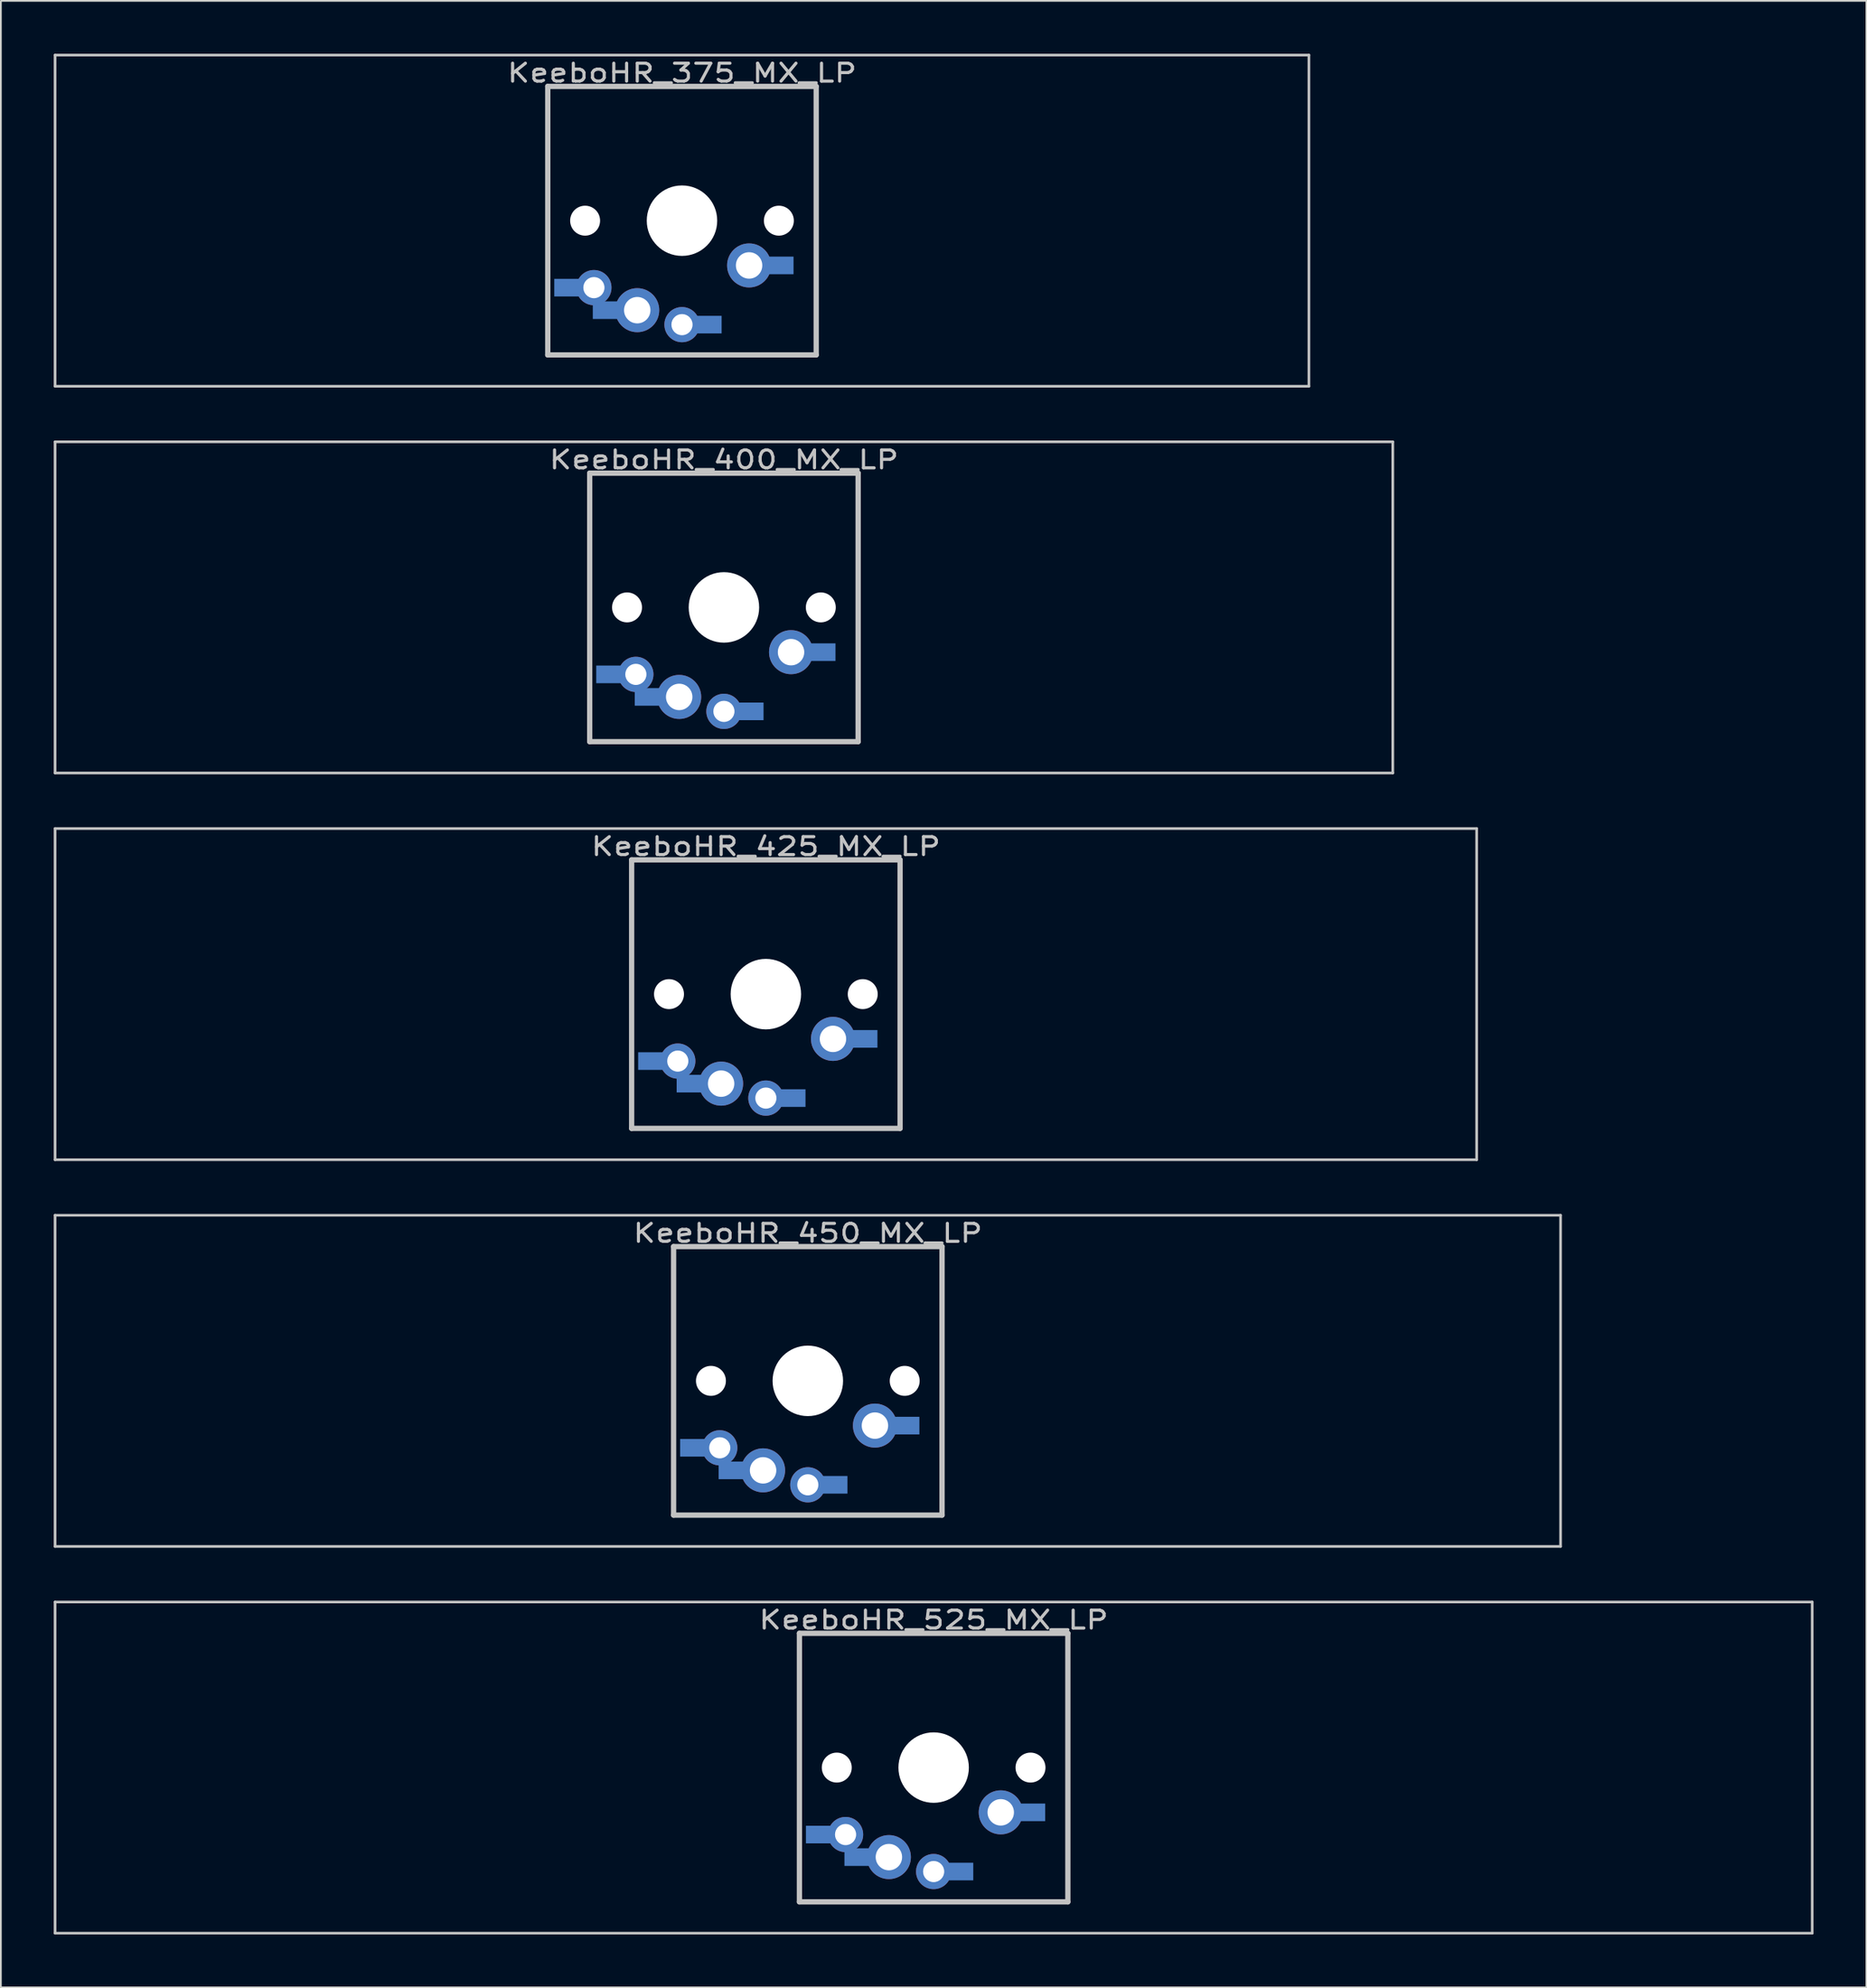
<source format=kicad_pcb>
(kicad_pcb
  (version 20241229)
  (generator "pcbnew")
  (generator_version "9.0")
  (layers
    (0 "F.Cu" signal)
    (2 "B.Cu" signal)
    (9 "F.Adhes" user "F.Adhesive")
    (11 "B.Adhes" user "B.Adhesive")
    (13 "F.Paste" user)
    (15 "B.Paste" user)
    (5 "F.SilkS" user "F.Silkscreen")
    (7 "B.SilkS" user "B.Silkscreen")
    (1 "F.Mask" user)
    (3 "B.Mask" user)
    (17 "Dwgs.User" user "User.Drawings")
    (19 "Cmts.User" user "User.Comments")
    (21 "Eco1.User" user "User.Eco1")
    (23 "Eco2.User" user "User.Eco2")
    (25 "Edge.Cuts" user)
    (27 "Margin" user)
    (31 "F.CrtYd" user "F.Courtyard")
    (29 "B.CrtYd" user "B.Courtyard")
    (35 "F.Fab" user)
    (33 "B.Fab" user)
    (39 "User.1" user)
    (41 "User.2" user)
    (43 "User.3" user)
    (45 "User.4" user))
  (footprint "KeeboHR_400_MX_LP"
    (layer "B.Cu")
    (at 38.049 31.423)
    (property "Reference" "KeeboHR_400_MX_LP" (at 0 -8.382 0) (layer "Dwgs.User") (effects (font (size 1.016 1.27) (thickness 0.178))))
    (attr through_hole)
    (fp_line (start -37.973 -9.398) (end 37.973 -9.398) (stroke (width 0.152) (type solid)) (layer "Dwgs.User"))
    (fp_line (start -37.973 9.398) (end -37.973 -9.398) (stroke (width 0.152) (type solid)) (layer "Dwgs.User"))
    (fp_line (start -7.62 -7.62) (end 7.62 -7.62) (stroke (width 0.3) (type solid)) (layer "Dwgs.User"))
    (fp_line (start -7.62 7.62) (end -7.62 -7.62) (stroke (width 0.3) (type solid)) (layer "Dwgs.User"))
    (fp_line (start 7.62 -7.62) (end 7.62 7.62) (stroke (width 0.3) (type solid)) (layer "Dwgs.User"))
    (fp_line (start 7.62 7.62) (end -7.62 7.62) (stroke (width 0.3) (type solid)) (layer "Dwgs.User"))
    (fp_line (start 37.973 -9.398) (end 37.973 9.398) (stroke (width 0.152) (type solid)) (layer "Dwgs.User"))
    (fp_line (start 37.973 9.398) (end -37.973 9.398) (stroke (width 0.152) (type solid)) (layer "Dwgs.User"))
    (pad "" np_thru_hole circle (at -5.5 0) (size 1.7 1.7) (drill 1.7) (layers "*.Cu" "*.Mask"))
    (pad "" np_thru_hole circle (at 0 0) (size 4 4) (drill 4) (layers "*.Cu" "*.Mask"))
    (pad "" np_thru_hole circle (at 5.5 0) (size 1.7 1.7) (drill 1.7) (layers "*.Cu" "*.Mask"))
    (pad "1" thru_hole circle (at 0 5.9) (size 2 2) (drill 1.2) (layers "*.Cu" "*.Mask"))
    (pad "1" smd rect (at 1.25 5.9) (size 2 1) (layers "B.Cu" "B.Mask"))
    (pad "1" thru_hole circle (at 3.81 2.54) (size 2.5 2.5) (drill 1.5) (layers "*.Cu" "*.Mask"))
    (pad "1" smd rect (at 5.334 2.54) (size 2 1) (layers "B.Cu" "B.Mask"))
    (pad "2" smd rect (at -6.25 3.8) (size 2 1) (layers "B.Cu" "B.Mask"))
    (pad "2" thru_hole circle (at -5 3.8) (size 2 2) (drill 1.2) (layers "*.Cu" "*.Mask"))
    (pad "2" smd rect (at -4.064 5.08) (size 2 1) (layers "B.Cu" "B.Mask"))
    (pad "2" thru_hole circle (at -2.54 5.08) (size 2.5 2.5) (drill 1.5) (layers "*.Cu" "*.Mask")))
  (footprint "KeeboHR_525_MX_LP"
    (layer "B.Cu")
    (at 49.955 97.268)
    (property "Reference" "KeeboHR_525_MX_LP" (at 0 -8.382 0) (layer "Dwgs.User") (effects (font (size 1.016 1.27) (thickness 0.178))))
    (attr through_hole)
    (fp_line (start -49.879 -9.398) (end 49.879 -9.398) (stroke (width 0.152) (type solid)) (layer "Dwgs.User"))
    (fp_line (start -49.879 9.398) (end -49.879 -9.398) (stroke (width 0.152) (type solid)) (layer "Dwgs.User"))
    (fp_line (start -7.62 -7.62) (end 7.62 -7.62) (stroke (width 0.3) (type solid)) (layer "Dwgs.User"))
    (fp_line (start -7.62 7.62) (end -7.62 -7.62) (stroke (width 0.3) (type solid)) (layer "Dwgs.User"))
    (fp_line (start 7.62 -7.62) (end 7.62 7.62) (stroke (width 0.3) (type solid)) (layer "Dwgs.User"))
    (fp_line (start 7.62 7.62) (end -7.62 7.62) (stroke (width 0.3) (type solid)) (layer "Dwgs.User"))
    (fp_line (start 49.879 -9.398) (end 49.879 9.398) (stroke (width 0.152) (type solid)) (layer "Dwgs.User"))
    (fp_line (start 49.879 9.398) (end -49.879 9.398) (stroke (width 0.152) (type solid)) (layer "Dwgs.User"))
    (pad "" np_thru_hole circle (at -5.5 0) (size 1.7 1.7) (drill 1.7) (layers "*.Cu" "*.Mask"))
    (pad "" np_thru_hole circle (at 0 0) (size 4 4) (drill 4) (layers "*.Cu" "*.Mask"))
    (pad "" np_thru_hole circle (at 5.5 0) (size 1.7 1.7) (drill 1.7) (layers "*.Cu" "*.Mask"))
    (pad "1" thru_hole circle (at 0 5.9) (size 2 2) (drill 1.2) (layers "*.Cu" "*.Mask"))
    (pad "1" smd rect (at 1.25 5.9) (size 2 1) (layers "B.Cu" "B.Mask"))
    (pad "1" thru_hole circle (at 3.81 2.54) (size 2.5 2.5) (drill 1.5) (layers "*.Cu" "*.Mask"))
    (pad "1" smd rect (at 5.334 2.54) (size 2 1) (layers "B.Cu" "B.Mask"))
    (pad "2" smd rect (at -6.25 3.8) (size 2 1) (layers "B.Cu" "B.Mask"))
    (pad "2" thru_hole circle (at -5 3.8) (size 2 2) (drill 1.2) (layers "*.Cu" "*.Mask"))
    (pad "2" smd rect (at -4.064 5.08) (size 2 1) (layers "B.Cu" "B.Mask"))
    (pad "2" thru_hole circle (at -2.54 5.08) (size 2.5 2.5) (drill 1.5) (layers "*.Cu" "*.Mask")))
  (footprint "KeeboHR_425_MX_LP"
    (layer "B.Cu")
    (at 40.43 53.371)
    (property "Reference" "KeeboHR_425_MX_LP" (at 0 -8.382 0) (layer "Dwgs.User") (effects (font (size 1.016 1.27) (thickness 0.178))))
    (attr through_hole)
    (fp_line (start -40.354 -9.398) (end 40.354 -9.398) (stroke (width 0.152) (type solid)) (layer "Dwgs.User"))
    (fp_line (start -40.354 9.398) (end -40.354 -9.398) (stroke (width 0.152) (type solid)) (layer "Dwgs.User"))
    (fp_line (start -7.62 -7.62) (end 7.62 -7.62) (stroke (width 0.3) (type solid)) (layer "Dwgs.User"))
    (fp_line (start -7.62 7.62) (end -7.62 -7.62) (stroke (width 0.3) (type solid)) (layer "Dwgs.User"))
    (fp_line (start 7.62 -7.62) (end 7.62 7.62) (stroke (width 0.3) (type solid)) (layer "Dwgs.User"))
    (fp_line (start 7.62 7.62) (end -7.62 7.62) (stroke (width 0.3) (type solid)) (layer "Dwgs.User"))
    (fp_line (start 40.354 -9.398) (end 40.354 9.398) (stroke (width 0.152) (type solid)) (layer "Dwgs.User"))
    (fp_line (start 40.354 9.398) (end -40.354 9.398) (stroke (width 0.152) (type solid)) (layer "Dwgs.User"))
    (pad "" np_thru_hole circle (at -5.5 0) (size 1.7 1.7) (drill 1.7) (layers "*.Cu" "*.Mask"))
    (pad "" np_thru_hole circle (at 0 0) (size 4 4) (drill 4) (layers "*.Cu" "*.Mask"))
    (pad "" np_thru_hole circle (at 5.5 0) (size 1.7 1.7) (drill 1.7) (layers "*.Cu" "*.Mask"))
    (pad "1" thru_hole circle (at 0 5.9) (size 2 2) (drill 1.2) (layers "*.Cu" "*.Mask"))
    (pad "1" smd rect (at 1.25 5.9) (size 2 1) (layers "B.Cu" "B.Mask"))
    (pad "1" thru_hole circle (at 3.81 2.54) (size 2.5 2.5) (drill 1.5) (layers "*.Cu" "*.Mask"))
    (pad "1" smd rect (at 5.334 2.54) (size 2 1) (layers "B.Cu" "B.Mask"))
    (pad "2" smd rect (at -6.25 3.8) (size 2 1) (layers "B.Cu" "B.Mask"))
    (pad "2" thru_hole circle (at -5 3.8) (size 2 2) (drill 1.2) (layers "*.Cu" "*.Mask"))
    (pad "2" smd rect (at -4.064 5.08) (size 2 1) (layers "B.Cu" "B.Mask"))
    (pad "2" thru_hole circle (at -2.54 5.08) (size 2.5 2.5) (drill 1.5) (layers "*.Cu" "*.Mask")))
  (footprint "KeeboHR_450_MX_LP"
    (layer "B.Cu")
    (at 42.812 75.319)
    (property "Reference" "KeeboHR_450_MX_LP" (at 0 -8.382 0) (layer "Dwgs.User") (effects (font (size 1.016 1.27) (thickness 0.178))))
    (attr through_hole)
    (fp_line (start -42.736 -9.398) (end 42.736 -9.398) (stroke (width 0.152) (type solid)) (layer "Dwgs.User"))
    (fp_line (start -42.736 9.398) (end -42.736 -9.398) (stroke (width 0.152) (type solid)) (layer "Dwgs.User"))
    (fp_line (start -7.62 -7.62) (end 7.62 -7.62) (stroke (width 0.3) (type solid)) (layer "Dwgs.User"))
    (fp_line (start -7.62 7.62) (end -7.62 -7.62) (stroke (width 0.3) (type solid)) (layer "Dwgs.User"))
    (fp_line (start 7.62 -7.62) (end 7.62 7.62) (stroke (width 0.3) (type solid)) (layer "Dwgs.User"))
    (fp_line (start 7.62 7.62) (end -7.62 7.62) (stroke (width 0.3) (type solid)) (layer "Dwgs.User"))
    (fp_line (start 42.736 -9.398) (end 42.736 9.398) (stroke (width 0.152) (type solid)) (layer "Dwgs.User"))
    (fp_line (start 42.736 9.398) (end -42.736 9.398) (stroke (width 0.152) (type solid)) (layer "Dwgs.User"))
    (pad "" np_thru_hole circle (at -5.5 0) (size 1.7 1.7) (drill 1.7) (layers "*.Cu" "*.Mask"))
    (pad "" np_thru_hole circle (at 0 0) (size 4 4) (drill 4) (layers "*.Cu" "*.Mask"))
    (pad "" np_thru_hole circle (at 5.5 0) (size 1.7 1.7) (drill 1.7) (layers "*.Cu" "*.Mask"))
    (pad "1" thru_hole circle (at 0 5.9) (size 2 2) (drill 1.2) (layers "*.Cu" "*.Mask"))
    (pad "1" smd rect (at 1.25 5.9) (size 2 1) (layers "B.Cu" "B.Mask"))
    (pad "1" thru_hole circle (at 3.81 2.54) (size 2.5 2.5) (drill 1.5) (layers "*.Cu" "*.Mask"))
    (pad "1" smd rect (at 5.334 2.54) (size 2 1) (layers "B.Cu" "B.Mask"))
    (pad "2" smd rect (at -6.25 3.8) (size 2 1) (layers "B.Cu" "B.Mask"))
    (pad "2" thru_hole circle (at -5 3.8) (size 2 2) (drill 1.2) (layers "*.Cu" "*.Mask"))
    (pad "2" smd rect (at -4.064 5.08) (size 2 1) (layers "B.Cu" "B.Mask"))
    (pad "2" thru_hole circle (at -2.54 5.08) (size 2.5 2.5) (drill 1.5) (layers "*.Cu" "*.Mask")))
  (footprint "KeeboHR_375_MX_LP"
    (layer "B.Cu")
    (at 35.668 9.474)
    (property "Reference" "KeeboHR_375_MX_LP" (at 0 -8.382 0) (layer "Dwgs.User") (effects (font (size 1.016 1.27) (thickness 0.178))))
    (attr through_hole)
    (fp_line (start -35.592 -9.398) (end 35.592 -9.398) (stroke (width 0.152) (type solid)) (layer "Dwgs.User"))
    (fp_line (start -35.592 9.398) (end -35.592 -9.398) (stroke (width 0.152) (type solid)) (layer "Dwgs.User"))
    (fp_line (start -7.62 -7.62) (end 7.62 -7.62) (stroke (width 0.3) (type solid)) (layer "Dwgs.User"))
    (fp_line (start -7.62 7.62) (end -7.62 -7.62) (stroke (width 0.3) (type solid)) (layer "Dwgs.User"))
    (fp_line (start 7.62 -7.62) (end 7.62 7.62) (stroke (width 0.3) (type solid)) (layer "Dwgs.User"))
    (fp_line (start 7.62 7.62) (end -7.62 7.62) (stroke (width 0.3) (type solid)) (layer "Dwgs.User"))
    (fp_line (start 35.592 -9.398) (end 35.592 9.398) (stroke (width 0.152) (type solid)) (layer "Dwgs.User"))
    (fp_line (start 35.592 9.398) (end -35.592 9.398) (stroke (width 0.152) (type solid)) (layer "Dwgs.User"))
    (pad "" np_thru_hole circle (at -5.5 0) (size 1.7 1.7) (drill 1.7) (layers "*.Cu" "*.Mask"))
    (pad "" np_thru_hole circle (at 0 0) (size 4 4) (drill 4) (layers "*.Cu" "*.Mask"))
    (pad "" np_thru_hole circle (at 5.5 0) (size 1.7 1.7) (drill 1.7) (layers "*.Cu" "*.Mask"))
    (pad "1" thru_hole circle (at 0 5.9) (size 2 2) (drill 1.2) (layers "*.Cu" "*.Mask"))
    (pad "1" smd rect (at 1.25 5.9) (size 2 1) (layers "B.Cu" "B.Mask"))
    (pad "1" thru_hole circle (at 3.81 2.54) (size 2.5 2.5) (drill 1.5) (layers "*.Cu" "*.Mask"))
    (pad "1" smd rect (at 5.334 2.54) (size 2 1) (layers "B.Cu" "B.Mask"))
    (pad "2" smd rect (at -6.25 3.8) (size 2 1) (layers "B.Cu" "B.Mask"))
    (pad "2" thru_hole circle (at -5 3.8) (size 2 2) (drill 1.2) (layers "*.Cu" "*.Mask"))
    (pad "2" smd rect (at -4.064 5.08) (size 2 1) (layers "B.Cu" "B.Mask"))
    (pad "2" thru_hole circle (at -2.54 5.08) (size 2.5 2.5) (drill 1.5) (layers "*.Cu" "*.Mask")))
  (gr_rect
    (start -3 -3)
    (end 102.911 109.742)
    (stroke (width 0.1) (type default))
    (fill no)
    (layer "Edge.Cuts")))
</source>
